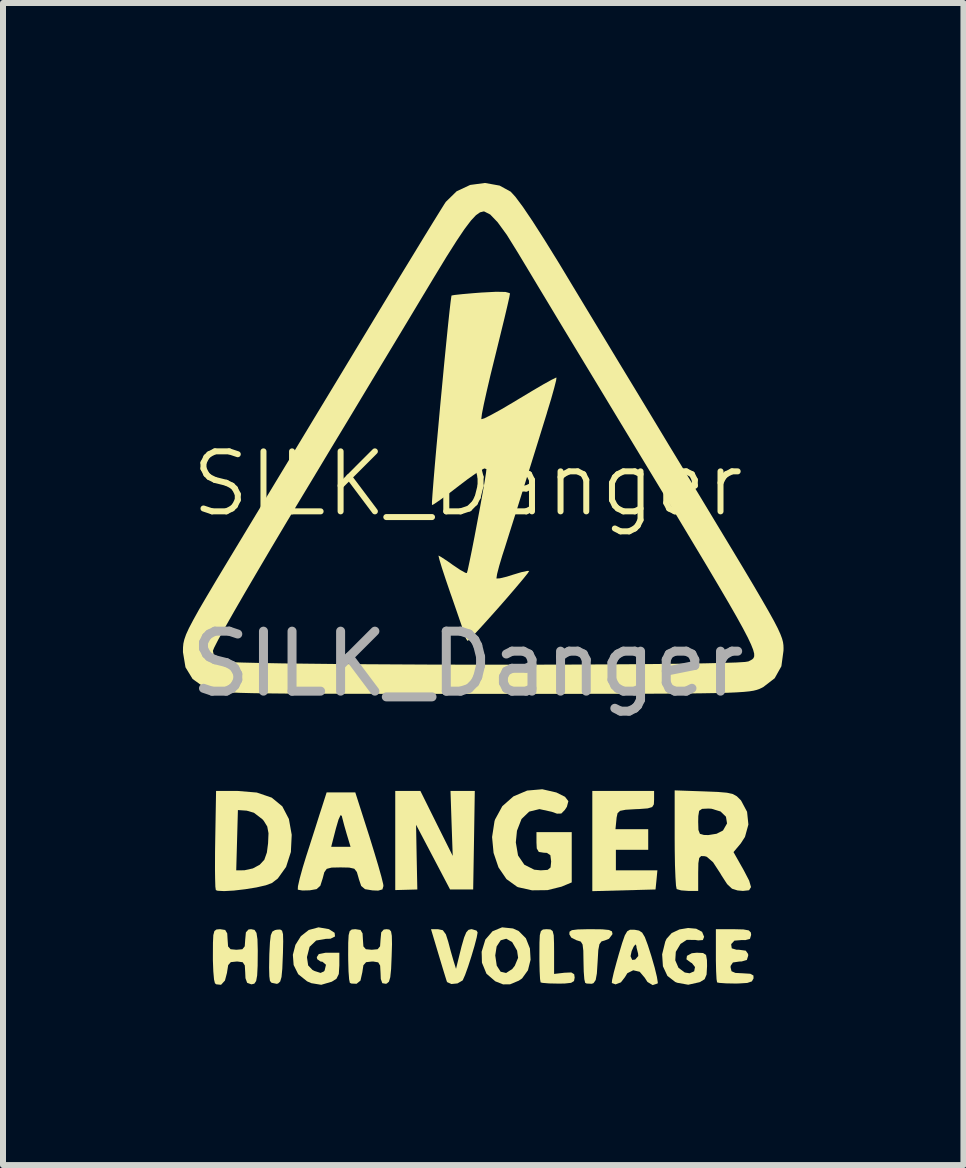
<source format=kicad_pcb>
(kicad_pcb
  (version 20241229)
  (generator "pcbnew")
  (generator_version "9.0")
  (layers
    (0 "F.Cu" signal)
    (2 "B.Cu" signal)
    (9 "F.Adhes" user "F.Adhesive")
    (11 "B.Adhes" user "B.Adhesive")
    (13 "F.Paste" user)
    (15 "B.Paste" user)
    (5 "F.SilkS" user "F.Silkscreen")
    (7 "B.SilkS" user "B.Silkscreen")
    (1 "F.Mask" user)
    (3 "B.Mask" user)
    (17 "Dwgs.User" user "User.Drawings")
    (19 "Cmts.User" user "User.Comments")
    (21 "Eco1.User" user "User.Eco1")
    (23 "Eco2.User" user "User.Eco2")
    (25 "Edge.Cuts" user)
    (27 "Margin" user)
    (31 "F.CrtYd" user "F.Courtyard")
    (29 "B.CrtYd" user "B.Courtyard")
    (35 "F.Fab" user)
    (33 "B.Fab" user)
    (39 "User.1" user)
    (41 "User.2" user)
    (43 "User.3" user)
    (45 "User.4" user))
  (footprint "SILK_Danger"
    (layer "F.Cu")
    (at 4.747 5.517)
    (property "Reference" "SILK_Danger" (at 0 -0.5 0) (unlocked yes) (layer "F.SilkS") (effects (font (size 1 1) (thickness 0.1))))
    (attr through_hole exclude_from_pos_files exclude_from_bom allow_missing_courtyard)
    (fp_poly (pts (xy -0.52 5.16) (xy -0.25 5.701) (xy -0.269 5.16) (xy -0.287 4.618) (xy -0.085 4.618) (xy 0.118 4.618) (xy 0.105 5.44) (xy 0.091 6.261) (xy -0.101 6.261) (xy -0.294 6.261) (xy -0.577 5.722) (xy -0.861 5.182) (xy -0.851 5.722) (xy -0.84 6.261) (xy -1.024 6.266) (xy -1.208 6.271) (xy -1.208 5.445) (xy -1.208 4.618) (xy -0.999 4.618) (xy -0.789 4.618)) (stroke (width 0) (type solid)) (fill yes) (layer "F.SilkS"))
    (fp_poly (pts (xy -3.095 6.947) (xy -3.079 7.006) (xy -3.076 7.124) (xy -3.08 7.319) (xy -3.082 7.368) (xy -3.091 7.584) (xy -3.104 7.72) (xy -3.126 7.795) (xy -3.161 7.828) (xy -3.185 7.834) (xy -3.271 7.816) (xy -3.297 7.785) (xy -3.307 7.709) (xy -3.311 7.564) (xy -3.308 7.377) (xy -3.307 7.335) (xy -3.297 7.141) (xy -3.283 7.024) (xy -3.257 6.963) (xy -3.213 6.938) (xy -3.18 6.931) (xy -3.127 6.928)) (stroke (width 0) (type solid)) (fill yes) (layer "F.SilkS"))
    (fp_poly (pts (xy 1.379 6.927) (xy 1.416 6.954) (xy 1.434 7.025) (xy 1.439 7.159) (xy 1.44 7.296) (xy 1.44 7.669) (xy 1.611 7.649) (xy 1.727 7.644) (xy 1.775 7.674) (xy 1.783 7.73) (xy 1.772 7.787) (xy 1.724 7.817) (xy 1.615 7.829) (xy 1.509 7.83) (xy 1.356 7.827) (xy 1.248 7.818) (xy 1.215 7.81) (xy 1.206 7.755) (xy 1.199 7.625) (xy 1.195 7.445) (xy 1.195 7.356) (xy 1.196 7.149) (xy 1.202 7.022) (xy 1.22 6.954) (xy 1.254 6.928) (xy 1.31 6.923) (xy 1.317 6.923)) (stroke (width 0) (type solid)) (fill yes) (layer "F.SilkS"))
    (fp_poly (pts (xy 3.107 4.763) (xy 3.103 4.842) (xy 3.075 4.887) (xy 3.001 4.909) (xy 2.858 4.92) (xy 2.801 4.922) (xy 2.633 4.932) (xy 2.54 4.95) (xy 2.498 4.989) (xy 2.482 5.062) (xy 2.479 5.096) (xy 2.463 5.256) (xy 2.736 5.256) (xy 3.009 5.256) (xy 3.009 5.427) (xy 3.009 5.599) (xy 2.739 5.599) (xy 2.47 5.599) (xy 2.47 5.771) (xy 2.47 5.942) (xy 2.816 5.942) (xy 3.162 5.942) (xy 3.147 6.102) (xy 3.131 6.261) (xy 2.604 6.275) (xy 2.077 6.289) (xy 2.077 5.453) (xy 2.077 4.618) (xy 2.592 4.618) (xy 3.107 4.618)) (stroke (width 0) (type solid)) (fill yes) (layer "F.SilkS"))
    (fp_poly (pts (xy 0.755 6.911) (xy 0.85 6.954) (xy 0.97 7.075) (xy 1.037 7.244) (xy 1.048 7.432) (xy 1.004 7.608) (xy 0.906 7.744) (xy 0.852 7.781) (xy 0.706 7.842) (xy 0.589 7.843) (xy 0.46 7.792) (xy 0.313 7.666) (xy 0.237 7.481) (xy 0.234 7.36) (xy 0.459 7.36) (xy 0.484 7.531) (xy 0.549 7.632) (xy 0.64 7.653) (xy 0.742 7.587) (xy 0.785 7.532) (xy 0.84 7.4) (xy 0.823 7.28) (xy 0.741 7.138) (xy 0.643 7.082) (xy 0.55 7.108) (xy 0.482 7.211) (xy 0.459 7.36) (xy 0.234 7.36) (xy 0.232 7.299) (xy 0.294 7.096) (xy 0.414 6.957) (xy 0.573 6.892)) (stroke (width 0) (type solid)) (fill yes) (layer "F.SilkS"))
    (fp_poly (pts (xy -0.415 6.94) (xy -0.364 7.009) (xy -0.325 7.131) (xy -0.282 7.293) (xy -0.241 7.435) (xy -0.233 7.462) (xy -0.195 7.584) (xy -0.159 7.437) (xy -0.103 7.21) (xy -0.06 7.061) (xy -0.024 6.975) (xy 0.013 6.934) (xy 0.058 6.923) (xy 0.069 6.923) (xy 0.147 6.946) (xy 0.165 6.977) (xy 0.15 7.06) (xy 0.113 7.202) (xy 0.062 7.374) (xy 0.007 7.545) (xy -0.044 7.687) (xy -0.081 7.77) (xy -0.086 7.778) (xy -0.171 7.827) (xy -0.272 7.837) (xy -0.342 7.806) (xy -0.349 7.793) (xy -0.372 7.72) (xy -0.415 7.58) (xy -0.47 7.397) (xy -0.491 7.327) (xy -0.612 6.923) (xy -0.495 6.923)) (stroke (width 0) (type solid)) (fill yes) (layer "F.SilkS"))
    (fp_poly (pts (xy 2.243 6.925) (xy 2.354 6.936) (xy 2.404 6.959) (xy 2.413 6.998) (xy 2.411 7.009) (xy 2.355 7.083) (xy 2.287 7.11) (xy 2.23 7.127) (xy 2.196 7.173) (xy 2.177 7.27) (xy 2.167 7.439) (xy 2.165 7.473) (xy 2.153 7.661) (xy 2.133 7.771) (xy 2.098 7.822) (xy 2.068 7.833) (xy 1.982 7.829) (xy 1.958 7.817) (xy 1.944 7.757) (xy 1.934 7.628) (xy 1.93 7.457) (xy 1.927 7.281) (xy 1.915 7.179) (xy 1.885 7.13) (xy 1.83 7.112) (xy 1.82 7.11) (xy 1.727 7.064) (xy 1.694 7.009) (xy 1.697 6.965) (xy 1.737 6.939) (xy 1.834 6.927) (xy 2.007 6.923) (xy 2.053 6.923)) (stroke (width 0) (type solid)) (fill yes) (layer "F.SilkS"))
    (fp_poly (pts (xy -2.314 6.922) (xy -2.219 6.983) (xy -2.212 7.044) (xy -2.287 7.082) (xy -2.364 7.084) (xy -2.527 7.112) (xy -2.636 7.217) (xy -2.679 7.385) (xy -2.679 7.397) (xy -2.66 7.527) (xy -2.588 7.602) (xy -2.553 7.62) (xy -2.453 7.652) (xy -2.396 7.626) (xy -2.385 7.609) (xy -2.363 7.516) (xy -2.421 7.466) (xy -2.453 7.462) (xy -2.509 7.423) (xy -2.516 7.389) (xy -2.482 7.337) (xy -2.371 7.316) (xy -2.328 7.315) (xy -2.14 7.315) (xy -2.14 7.528) (xy -2.149 7.67) (xy -2.188 7.749) (xy -2.265 7.798) (xy -2.442 7.85) (xy -2.607 7.823) (xy -2.678 7.792) (xy -2.826 7.673) (xy -2.902 7.52) (xy -2.915 7.35) (xy -2.872 7.184) (xy -2.781 7.039) (xy -2.65 6.936) (xy -2.487 6.892)) (stroke (width 0) (type solid)) (fill yes) (layer "F.SilkS"))
    (fp_poly (pts (xy 3.809 6.915) (xy 3.907 6.967) (xy 3.941 7.05) (xy 3.92 7.104) (xy 3.842 7.11) (xy 3.792 7.102) (xy 3.651 7.101) (xy 3.547 7.169) (xy 3.469 7.3) (xy 3.46 7.442) (xy 3.514 7.567) (xy 3.619 7.645) (xy 3.699 7.658) (xy 3.775 7.625) (xy 3.789 7.554) (xy 3.738 7.489) (xy 3.72 7.48) (xy 3.646 7.425) (xy 3.655 7.367) (xy 3.735 7.324) (xy 3.818 7.315) (xy 3.923 7.32) (xy 3.973 7.352) (xy 3.988 7.437) (xy 3.99 7.537) (xy 3.982 7.679) (xy 3.949 7.757) (xy 3.876 7.802) (xy 3.864 7.807) (xy 3.676 7.849) (xy 3.493 7.816) (xy 3.46 7.803) (xy 3.329 7.702) (xy 3.254 7.541) (xy 3.241 7.342) (xy 3.293 7.13) (xy 3.314 7.084) (xy 3.4 6.988) (xy 3.529 6.927) (xy 3.674 6.903)) (stroke (width 0) (type solid)) (fill yes) (layer "F.SilkS"))
    (fp_poly (pts (xy -3.841 4.618) (xy -3.516 4.645) (xy -3.267 4.73) (xy -3.091 4.875) (xy -2.981 5.086) (xy -2.934 5.35) (xy -2.948 5.636) (xy -3.028 5.885) (xy -3.166 6.078) (xy -3.264 6.153) (xy -3.365 6.191) (xy -3.523 6.227) (xy -3.71 6.257) (xy -3.898 6.279) (xy -4.061 6.288) (xy -4.171 6.282) (xy -4.199 6.271) (xy -4.207 6.215) (xy -4.211 6.079) (xy -4.213 5.942) (xy -3.859 5.942) (xy -3.723 5.941) (xy -3.582 5.91) (xy -3.468 5.849) (xy -3.391 5.766) (xy -3.348 5.645) (xy -3.328 5.491) (xy -3.321 5.323) (xy -3.342 5.211) (xy -3.399 5.118) (xy -3.422 5.091) (xy -3.564 4.982) (xy -3.684 4.947) (xy -3.831 4.937) (xy -3.845 5.44) (xy -3.859 5.942) (xy -4.213 5.942) (xy -4.213 5.878) (xy -4.212 5.629) (xy -4.209 5.432) (xy -4.195 4.618)) (stroke (width 0) (type solid)) (fill yes) (layer "F.SilkS"))
    (fp_poly (pts (xy 4.596 6.927) (xy 4.685 6.943) (xy 4.72 6.978) (xy 4.725 7.018) (xy 4.705 7.084) (xy 4.628 7.105) (xy 4.567 7.104) (xy 4.446 7.114) (xy 4.395 7.169) (xy 4.392 7.18) (xy 4.402 7.242) (xy 4.479 7.265) (xy 4.525 7.266) (xy 4.635 7.281) (xy 4.674 7.336) (xy 4.676 7.364) (xy 4.653 7.436) (xy 4.567 7.461) (xy 4.529 7.462) (xy 4.421 7.478) (xy 4.383 7.535) (xy 4.382 7.56) (xy 4.398 7.624) (xy 4.463 7.652) (xy 4.582 7.658) (xy 4.71 7.666) (xy 4.763 7.695) (xy 4.765 7.743) (xy 4.737 7.793) (xy 4.661 7.819) (xy 4.516 7.828) (xy 4.463 7.829) (xy 4.306 7.826) (xy 4.194 7.818) (xy 4.157 7.81) (xy 4.148 7.755) (xy 4.141 7.625) (xy 4.137 7.445) (xy 4.137 7.356) (xy 4.137 6.923) (xy 4.431 6.923)) (stroke (width 0) (type solid)) (fill yes) (layer "F.SilkS"))
    (fp_poly (pts (xy 2.786 6.933) (xy 2.856 6.946) (xy 2.908 6.98) (xy 2.953 7.055) (xy 3.003 7.189) (xy 3.062 7.374) (xy 3.117 7.565) (xy 3.154 7.718) (xy 3.169 7.811) (xy 3.166 7.828) (xy 3.083 7.855) (xy 2.996 7.802) (xy 2.951 7.732) (xy 2.867 7.633) (xy 2.759 7.608) (xy 2.661 7.657) (xy 2.62 7.724) (xy 2.554 7.809) (xy 2.465 7.843) (xy 2.402 7.82) (xy 2.407 7.768) (xy 2.435 7.644) (xy 2.482 7.47) (xy 2.509 7.375) (xy 2.715 7.375) (xy 2.742 7.435) (xy 2.791 7.43) (xy 2.843 7.37) (xy 2.84 7.329) (xy 2.814 7.229) (xy 2.812 7.201) (xy 2.797 7.176) (xy 2.766 7.215) (xy 2.733 7.288) (xy 2.716 7.366) (xy 2.715 7.375) (xy 2.509 7.375) (xy 2.513 7.36) (xy 2.574 7.155) (xy 2.619 7.026) (xy 2.659 6.958) (xy 2.705 6.932) (xy 2.769 6.932)) (stroke (width 0) (type solid)) (fill yes) (layer "F.SilkS"))
    (fp_poly (pts (xy -1.306 6.929) (xy -1.278 6.96) (xy -1.265 7.034) (xy -1.262 7.171) (xy -1.268 7.372) (xy -1.277 7.587) (xy -1.291 7.723) (xy -1.313 7.798) (xy -1.349 7.829) (xy -1.367 7.833) (xy -1.424 7.823) (xy -1.449 7.753) (xy -1.453 7.654) (xy -1.46 7.53) (xy -1.492 7.476) (xy -1.573 7.462) (xy -1.597 7.462) (xy -1.694 7.473) (xy -1.739 7.524) (xy -1.757 7.642) (xy -1.788 7.78) (xy -1.853 7.833) (xy -1.854 7.833) (xy -1.941 7.829) (xy -1.965 7.817) (xy -1.977 7.759) (xy -1.987 7.626) (xy -1.992 7.444) (xy -1.993 7.356) (xy -1.992 7.149) (xy -1.985 7.022) (xy -1.967 6.954) (xy -1.933 6.928) (xy -1.877 6.923) (xy -1.87 6.923) (xy -1.787 6.936) (xy -1.753 6.993) (xy -1.747 7.094) (xy -1.739 7.21) (xy -1.698 7.257) (xy -1.6 7.266) (xy -1.502 7.257) (xy -1.461 7.208) (xy -1.453 7.094) (xy -1.442 6.976) (xy -1.4 6.929) (xy -1.353 6.923)) (stroke (width 0) (type solid)) (fill yes) (layer "F.SilkS"))
    (fp_poly (pts (xy 1.478 4.644) (xy 1.622 4.716) (xy 1.678 4.789) (xy 1.653 4.883) (xy 1.618 4.936) (xy 1.56 4.995) (xy 1.488 4.997) (xy 1.401 4.966) (xy 1.196 4.921) (xy 1.025 4.963) (xy 0.897 5.086) (xy 0.821 5.282) (xy 0.802 5.476) (xy 0.839 5.694) (xy 0.944 5.848) (xy 1.109 5.931) (xy 1.217 5.942) (xy 1.333 5.934) (xy 1.381 5.894) (xy 1.391 5.796) (xy 1.391 5.795) (xy 1.378 5.69) (xy 1.321 5.651) (xy 1.268 5.648) (xy 1.185 5.635) (xy 1.151 5.577) (xy 1.146 5.476) (xy 1.146 5.305) (xy 1.44 5.305) (xy 1.734 5.305) (xy 1.734 5.724) (xy 1.734 6.143) (xy 1.564 6.214) (xy 1.33 6.272) (xy 1.072 6.275) (xy 0.84 6.223) (xy 0.822 6.215) (xy 0.646 6.088) (xy 0.513 5.893) (xy 0.431 5.651) (xy 0.406 5.387) (xy 0.447 5.121) (xy 0.457 5.092) (xy 0.577 4.872) (xy 0.762 4.709) (xy 0.991 4.612) (xy 1.243 4.59)) (stroke (width 0) (type solid)) (fill yes) (layer "F.SilkS"))
    (fp_poly (pts (xy -3.554 6.935) (xy -3.521 6.985) (xy -3.505 7.092) (xy -3.5 7.276) (xy -3.5 7.291) (xy -3.502 7.533) (xy -3.51 7.693) (xy -3.527 7.787) (xy -3.557 7.831) (xy -3.602 7.842) (xy -3.611 7.841) (xy -3.677 7.817) (xy -3.705 7.74) (xy -3.709 7.648) (xy -3.716 7.527) (xy -3.751 7.474) (xy -3.837 7.462) (xy -3.853 7.462) (xy -3.949 7.472) (xy -3.993 7.522) (xy -4.012 7.64) (xy -4.012 7.646) (xy -4.047 7.779) (xy -4.112 7.85) (xy -4.192 7.842) (xy -4.214 7.824) (xy -4.229 7.762) (xy -4.241 7.627) (xy -4.248 7.443) (xy -4.248 7.356) (xy -4.247 7.149) (xy -4.241 7.022) (xy -4.223 6.954) (xy -4.189 6.928) (xy -4.133 6.923) (xy -4.126 6.923) (xy -4.043 6.936) (xy -4.009 6.993) (xy -4.003 7.094) (xy -3.995 7.21) (xy -3.953 7.257) (xy -3.856 7.266) (xy -3.757 7.257) (xy -3.717 7.208) (xy -3.709 7.094) (xy -3.698 6.976) (xy -3.655 6.928) (xy -3.611 6.923)) (stroke (width 0) (type solid)) (fill yes) (layer "F.SilkS"))
    (fp_poly (pts (xy -1.639 5.378) (xy -1.559 5.637) (xy -1.49 5.867) (xy -1.438 6.052) (xy -1.409 6.171) (xy -1.405 6.203) (xy -1.422 6.26) (xy -1.493 6.28) (xy -1.588 6.276) (xy -1.712 6.256) (xy -1.776 6.202) (xy -1.816 6.084) (xy -1.817 6.077) (xy -1.848 5.97) (xy -1.891 5.915) (xy -1.975 5.896) (xy -2.119 5.893) (xy -2.269 5.896) (xy -2.35 5.917) (xy -2.391 5.974) (xy -2.418 6.077) (xy -2.457 6.199) (xy -2.519 6.255) (xy -2.633 6.275) (xy -2.756 6.278) (xy -2.829 6.265) (xy -2.833 6.262) (xy -2.83 6.207) (xy -2.801 6.079) (xy -2.751 5.897) (xy -2.693 5.708) (xy -2.642 5.55) (xy -2.276 5.55) (xy -2.115 5.55) (xy -1.953 5.55) (xy -2.016 5.341) (xy -2.06 5.188) (xy -2.093 5.061) (xy -2.099 5.034) (xy -2.12 5.022) (xy -2.154 5.096) (xy -2.197 5.243) (xy -2.276 5.55) (xy -2.642 5.55) (xy -2.614 5.462) (xy -2.536 5.219) (xy -2.471 5.013) (xy -2.438 4.912) (xy -2.352 4.643) (xy -2.113 4.643) (xy -1.874 4.643)) (stroke (width 0) (type solid)) (fill yes) (layer "F.SilkS"))
    (fp_poly (pts (xy 3.945 4.626) (xy 4.171 4.635) (xy 4.322 4.648) (xy 4.42 4.67) (xy 4.486 4.707) (xy 4.545 4.765) (xy 4.558 4.78) (xy 4.657 4.966) (xy 4.679 5.178) (xy 4.622 5.385) (xy 4.553 5.492) (xy 4.431 5.638) (xy 4.601 5.939) (xy 4.692 6.114) (xy 4.723 6.221) (xy 4.69 6.274) (xy 4.588 6.285) (xy 4.498 6.277) (xy 4.406 6.248) (xy 4.324 6.171) (xy 4.231 6.027) (xy 4.21 5.991) (xy 4.09 5.807) (xy 3.985 5.716) (xy 3.951 5.706) (xy 3.891 5.704) (xy 3.859 5.736) (xy 3.845 5.823) (xy 3.842 5.987) (xy 3.842 5.988) (xy 3.842 6.285) (xy 3.679 6.285) (xy 3.558 6.276) (xy 3.485 6.255) (xy 3.483 6.253) (xy 3.472 6.195) (xy 3.463 6.056) (xy 3.455 5.854) (xy 3.451 5.604) (xy 3.45 5.415) (xy 3.45 5.133) (xy 3.842 5.133) (xy 3.846 5.269) (xy 3.871 5.333) (xy 3.937 5.352) (xy 4.011 5.354) (xy 4.149 5.332) (xy 4.253 5.279) (xy 4.256 5.277) (xy 4.323 5.16) (xy 4.305 5.048) (xy 4.215 4.961) (xy 4.064 4.915) (xy 4.011 4.912) (xy 3.907 4.917) (xy 3.858 4.95) (xy 3.844 5.037) (xy 3.842 5.133) (xy 3.45 5.133) (xy 3.45 4.609)) (stroke (width 0) (type solid)) (fill yes) (layer "F.SilkS"))
    (fp_poly (pts (xy 0.63 -3.7) (xy 0.699 -3.681) (xy 0.704 -3.671) (xy 0.693 -3.609) (xy 0.661 -3.468) (xy 0.612 -3.26) (xy 0.549 -3.003) (xy 0.477 -2.709) (xy 0.453 -2.612) (xy 0.379 -2.312) (xy 0.317 -2.046) (xy 0.268 -1.826) (xy 0.237 -1.669) (xy 0.227 -1.587) (xy 0.228 -1.579) (xy 0.277 -1.593) (xy 0.394 -1.652) (xy 0.563 -1.745) (xy 0.768 -1.866) (xy 0.859 -1.921) (xy 1.074 -2.05) (xy 1.258 -2.158) (xy 1.395 -2.234) (xy 1.47 -2.271) (xy 1.48 -2.272) (xy 1.473 -2.222) (xy 1.441 -2.096) (xy 1.39 -1.914) (xy 1.323 -1.694) (xy 1.318 -1.675) (xy 1.192 -1.268) (xy 1.062 -0.85) (xy 0.933 -0.438) (xy 0.813 -0.052) (xy 0.705 0.289) (xy 0.618 0.566) (xy 0.577 0.692) (xy 0.525 0.866) (xy 0.49 1.001) (xy 0.479 1.072) (xy 0.481 1.077) (xy 0.535 1.074) (xy 0.652 1.046) (xy 0.753 1.014) (xy 0.896 0.971) (xy 0.996 0.95) (xy 1.025 0.951) (xy 1 0.99) (xy 0.922 1.087) (xy 0.805 1.226) (xy 0.662 1.393) (xy 0.506 1.571) (xy 0.35 1.746) (xy 0.208 1.903) (xy 0.093 2.027) (xy 0.018 2.102) (xy -0.003 2.117) (xy -0.029 2.078) (xy -0.045 2.032) (xy -0.07 1.955) (xy -0.121 1.806) (xy -0.19 1.605) (xy -0.271 1.371) (xy -0.289 1.321) (xy -0.367 1.092) (xy -0.43 0.901) (xy -0.471 0.765) (xy -0.487 0.699) (xy -0.486 0.695) (xy -0.437 0.722) (xy -0.335 0.789) (xy -0.248 0.851) (xy -0.126 0.933) (xy -0.04 0.981) (xy -0.014 0.986) (xy 0.001 0.932) (xy 0.029 0.801) (xy 0.068 0.611) (xy 0.113 0.382) (xy 0.16 0.133) (xy 0.207 -0.117) (xy 0.249 -0.35) (xy 0.283 -0.545) (xy 0.305 -0.685) (xy 0.312 -0.747) (xy 0.277 -0.758) (xy 0.173 -0.702) (xy -0.001 -0.579) (xy -0.134 -0.478) (xy -0.31 -0.343) (xy -0.457 -0.235) (xy -0.558 -0.166) (xy -0.596 -0.147) (xy -0.596 -0.198) (xy -0.587 -0.333) (xy -0.571 -0.539) (xy -0.549 -0.802) (xy -0.522 -1.109) (xy -0.491 -1.446) (xy -0.459 -1.8) (xy -0.425 -2.158) (xy -0.392 -2.506) (xy -0.36 -2.83) (xy -0.331 -3.118) (xy -0.306 -3.355) (xy -0.286 -3.529) (xy -0.273 -3.625) (xy -0.269 -3.641) (xy -0.216 -3.65) (xy -0.087 -3.664) (xy 0.096 -3.68) (xy 0.226 -3.69) (xy 0.474 -3.703)) (stroke (width 0) (type solid)) (fill yes) (layer "F.SilkS"))
    (fp_poly (pts (xy 0.532 -5.473) (xy 0.716 -5.372) (xy 0.795 -5.286) (xy 0.918 -5.121) (xy 1.079 -4.883) (xy 1.275 -4.577) (xy 1.502 -4.211) (xy 1.582 -4.079) (xy 1.762 -3.78) (xy 1.983 -3.414) (xy 2.236 -2.996) (xy 2.51 -2.542) (xy 2.797 -2.069) (xy 3.086 -1.591) (xy 3.367 -1.125) (xy 3.49 -0.923) (xy 3.833 -0.357) (xy 4.128 0.132) (xy 4.38 0.549) (xy 4.592 0.901) (xy 4.767 1.195) (xy 4.908 1.436) (xy 5.02 1.631) (xy 5.106 1.786) (xy 5.169 1.908) (xy 5.212 2.003) (xy 5.24 2.077) (xy 5.256 2.137) (xy 5.263 2.188) (xy 5.265 2.238) (xy 5.264 2.281) (xy 5.229 2.54) (xy 5.117 2.74) (xy 4.926 2.887) (xy 4.895 2.903) (xy 4.858 2.92) (xy 4.817 2.934) (xy 4.765 2.947) (xy 4.696 2.958) (xy 4.604 2.967) (xy 4.482 2.975) (xy 4.325 2.982) (xy 4.126 2.987) (xy 3.879 2.991) (xy 3.578 2.994) (xy 3.216 2.997) (xy 2.787 2.998) (xy 2.285 2.999) (xy 1.704 3) (xy 1.038 3) (xy 0.279 3) (xy 0.26 3) (xy -0.5 3) (xy -1.168 3) (xy -1.75 2.999) (xy -2.253 2.998) (xy -2.683 2.997) (xy -3.046 2.995) (xy -3.348 2.992) (xy -3.596 2.988) (xy -3.796 2.983) (xy -3.954 2.976) (xy -4.076 2.969) (xy -4.168 2.959) (xy -4.238 2.948) (xy -4.29 2.935) (xy -4.332 2.921) (xy -4.369 2.904) (xy -4.385 2.896) (xy -4.586 2.752) (xy -4.705 2.557) (xy -4.747 2.305) (xy -4.747 2.29) (xy -4.747 2.283) (xy -4.248 2.283) (xy -4.223 2.397) (xy -4.189 2.451) (xy -4.132 2.461) (xy -3.984 2.47) (xy -3.756 2.478) (xy -3.455 2.485) (xy -3.09 2.492) (xy -2.67 2.497) (xy -2.203 2.502) (xy -1.698 2.506) (xy -1.163 2.509) (xy -0.606 2.512) (xy -0.037 2.513) (xy 0.536 2.513) (xy 1.106 2.513) (xy 1.662 2.512) (xy 2.197 2.509) (xy 2.701 2.506) (xy 3.168 2.502) (xy 3.587 2.497) (xy 3.951 2.491) (xy 4.251 2.484) (xy 4.478 2.477) (xy 4.624 2.468) (xy 4.679 2.459) (xy 4.713 2.442) (xy 4.743 2.425) (xy 4.764 2.404) (xy 4.776 2.373) (xy 4.775 2.328) (xy 4.758 2.264) (xy 4.723 2.176) (xy 4.668 2.059) (xy 4.589 1.908) (xy 4.484 1.718) (xy 4.35 1.484) (xy 4.184 1.201) (xy 3.985 0.865) (xy 3.748 0.47) (xy 3.473 0.012) (xy 3.155 -0.514) (xy 2.792 -1.114) (xy 2.382 -1.792) (xy 2.3 -1.928) (xy 2.046 -2.348) (xy 1.799 -2.756) (xy 1.566 -3.141) (xy 1.354 -3.494) (xy 1.167 -3.804) (xy 1.014 -4.059) (xy 0.899 -4.25) (xy 0.836 -4.355) (xy 0.651 -4.653) (xy 0.498 -4.863) (xy 0.375 -4.991) (xy 0.277 -5.041) (xy 0.263 -5.042) (xy 0.205 -5.027) (xy 0.137 -4.979) (xy 0.053 -4.889) (xy -0.053 -4.749) (xy -0.186 -4.551) (xy -0.354 -4.286) (xy -0.56 -3.947) (xy -0.654 -3.791) (xy -0.792 -3.562) (xy -0.973 -3.26) (xy -1.191 -2.898) (xy -1.439 -2.487) (xy -1.709 -2.038) (xy -1.994 -1.564) (xy -2.289 -1.076) (xy -2.584 -0.585) (xy -2.745 -0.318) (xy -3.017 0.134) (xy -3.273 0.564) (xy -3.508 0.963) (xy -3.719 1.323) (xy -3.901 1.638) (xy -4.049 1.899) (xy -4.16 2.099) (xy -4.227 2.23) (xy -4.248 2.283) (xy -4.747 2.283) (xy -4.746 2.224) (xy -4.74 2.161) (xy -4.724 2.092) (xy -4.695 2.009) (xy -4.647 1.904) (xy -4.576 1.769) (xy -4.479 1.594) (xy -4.349 1.372) (xy -4.184 1.094) (xy -3.978 0.752) (xy -3.727 0.337) (xy -3.633 0.181) (xy -3.393 -0.216) (xy -3.115 -0.676) (xy -2.811 -1.178) (xy -2.494 -1.703) (xy -2.176 -2.228) (xy -1.87 -2.735) (xy -1.588 -3.201) (xy -1.587 -3.203) (xy -1.35 -3.595) (xy -1.125 -3.966) (xy -0.918 -4.305) (xy -0.736 -4.604) (xy -0.583 -4.853) (xy -0.466 -5.042) (xy -0.39 -5.164) (xy -0.365 -5.202) (xy -0.185 -5.378) (xy 0.041 -5.484) (xy 0.288 -5.517)) (stroke (width 0) (type solid)) (fill yes) (layer "F.SilkS"))
    (fp_text user "${REFERENCE}" (at 0 2.5 0) (unlocked yes) (layer "F.Fab") (effects (font (size 1 1) (thickness 0.15)))))
  (gr_rect
    (start -3 -3)
    (end 13.011 16.372)
    (stroke (width 0.1) (type default))
    (fill no)
    (layer "Edge.Cuts")))
</source>
